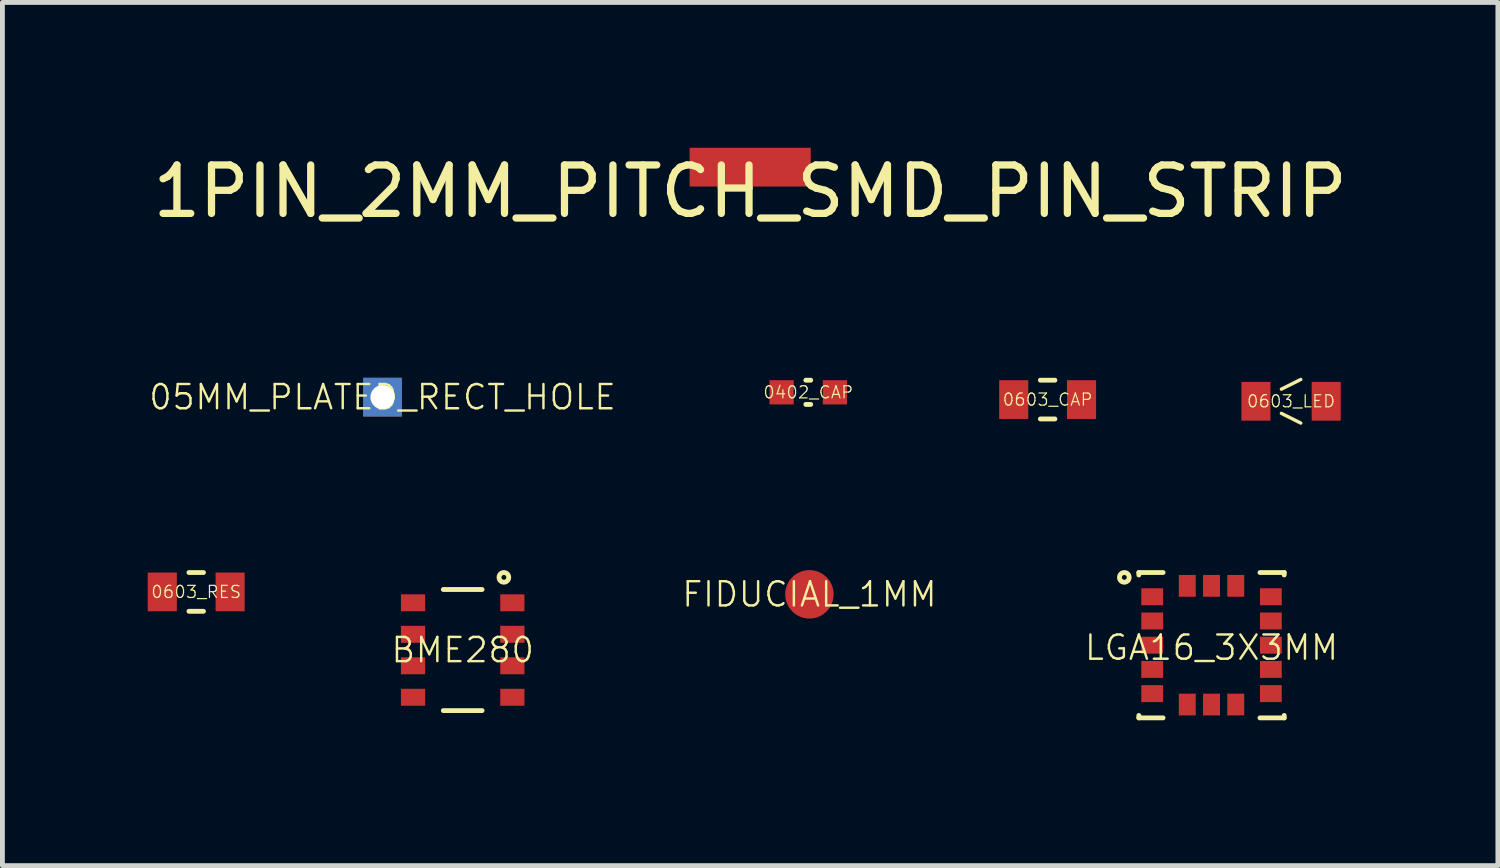
<source format=kicad_pcb>
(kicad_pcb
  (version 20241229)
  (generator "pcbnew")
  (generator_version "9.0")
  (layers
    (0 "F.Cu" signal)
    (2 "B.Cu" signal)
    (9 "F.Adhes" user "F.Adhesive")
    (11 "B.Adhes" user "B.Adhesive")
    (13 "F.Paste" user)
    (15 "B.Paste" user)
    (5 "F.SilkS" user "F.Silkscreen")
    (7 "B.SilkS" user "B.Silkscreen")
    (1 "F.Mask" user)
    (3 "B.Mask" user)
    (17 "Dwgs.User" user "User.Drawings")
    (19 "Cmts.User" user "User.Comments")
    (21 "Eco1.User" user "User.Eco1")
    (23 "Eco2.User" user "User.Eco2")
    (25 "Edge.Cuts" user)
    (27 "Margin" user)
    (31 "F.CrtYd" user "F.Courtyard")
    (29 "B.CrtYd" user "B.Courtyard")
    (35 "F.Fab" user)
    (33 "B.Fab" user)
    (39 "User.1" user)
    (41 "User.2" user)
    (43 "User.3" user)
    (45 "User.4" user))
  (footprint "LGA16_3X3MM"
    (layer "F.Cu")
    (at 21.958 10.268)
    (property "Reference" "LGA16_3X3MM" (at 0 0.05 0) (layer "F.SilkS") (effects (font (size 0.5 0.5) (thickness 0.05))))
    (attr smd)
    (fp_line (start -1.5 -1.5) (end -1.5 -1.45) (stroke (width 0.1) (type solid)) (layer "F.SilkS"))
    (fp_line (start -1.5 -1.5) (end -1 -1.5) (stroke (width 0.1) (type solid)) (layer "F.SilkS"))
    (fp_line (start -1.5 1.5) (end -1.5 1.45) (stroke (width 0.1) (type solid)) (layer "F.SilkS"))
    (fp_line (start -1.5 1.5) (end -1 1.5) (stroke (width 0.1) (type solid)) (layer "F.SilkS"))
    (fp_line (start 1.5 -1.5) (end 1 -1.5) (stroke (width 0.1) (type solid)) (layer "F.SilkS"))
    (fp_line (start 1.5 -1.5) (end 1.5 -1.45) (stroke (width 0.1) (type solid)) (layer "F.SilkS"))
    (fp_line (start 1.5 1.5) (end 1 1.5) (stroke (width 0.1) (type solid)) (layer "F.SilkS"))
    (fp_line (start 1.5 1.5) (end 1.5 1.45) (stroke (width 0.1) (type solid)) (layer "F.SilkS"))
    (fp_circle (center -1.8 -1.4) (end -1.8 -1.5) (stroke (width 0.1) (type solid)) (fill no) (layer "F.SilkS"))
    (pad "1" smd rect (at -1.225 -1) (size 0.45 0.35) (layers "F.Cu" "F.Mask" "F.Paste"))
    (pad "2" smd rect (at -1.225 -0.5) (size 0.45 0.35) (layers "F.Cu" "F.Mask" "F.Paste"))
    (pad "3" smd rect (at -1.225 0) (size 0.45 0.35) (layers "F.Cu" "F.Mask" "F.Paste"))
    (pad "4" smd rect (at -1.225 0.5) (size 0.45 0.35) (layers "F.Cu" "F.Mask" "F.Paste"))
    (pad "5" smd rect (at -1.225 1) (size 0.45 0.35) (layers "F.Cu" "F.Mask" "F.Paste"))
    (pad "6" smd rect (at -0.5 1.225 90) (size 0.45 0.35) (layers "F.Cu" "F.Mask" "F.Paste"))
    (pad "7" smd rect (at 0 1.225 90) (size 0.45 0.35) (layers "F.Cu" "F.Mask" "F.Paste"))
    (pad "8" smd rect (at 0.5 1.225 90) (size 0.45 0.35) (layers "F.Cu" "F.Mask" "F.Paste"))
    (pad "9" smd rect (at 1.225 1) (size 0.45 0.35) (layers "F.Cu" "F.Mask" "F.Paste"))
    (pad "10" smd rect (at 1.225 0.5) (size 0.45 0.35) (layers "F.Cu" "F.Mask" "F.Paste"))
    (pad "11" smd rect (at 1.225 0) (size 0.45 0.35) (layers "F.Cu" "F.Mask" "F.Paste"))
    (pad "12" smd rect (at 1.225 -0.5) (size 0.45 0.35) (layers "F.Cu" "F.Mask" "F.Paste"))
    (pad "13" smd rect (at 1.225 -1) (size 0.45 0.35) (layers "F.Cu" "F.Mask" "F.Paste"))
    (pad "14" smd rect (at 0.5 -1.225 90) (size 0.45 0.35) (layers "F.Cu" "F.Mask" "F.Paste"))
    (pad "15" smd rect (at 0 -1.225 90) (size 0.45 0.35) (layers "F.Cu" "F.Mask" "F.Paste"))
    (pad "16" smd rect (at -0.5 -1.225 90) (size 0.45 0.35) (layers "F.Cu" "F.Mask" "F.Paste")))
  (footprint "BME280"
    (layer "F.Cu")
    (at 6.501 10.368)
    (property "Reference" "BME280" (at 0 0 0) (layer "F.SilkS") (effects (font (size 0.5 0.5) (thickness 0.05))))
    (attr smd)
    (fp_line (start -0.4 -1.25) (end 0.4 -1.25) (stroke (width 0.1) (type solid)) (layer "F.SilkS"))
    (fp_line (start -0.4 1.25) (end 0.4 1.25) (stroke (width 0.1) (type solid)) (layer "F.SilkS"))
    (fp_circle (center 0.85 -1.5) (end 0.85 -1.6) (stroke (width 0.1) (type solid)) (fill no) (layer "F.SilkS"))
    (pad "1" smd rect (at 1.025 -0.975) (size 0.5 0.35) (layers "F.Cu" "F.Mask" "F.Paste"))
    (pad "2" smd rect (at 1.025 -0.325) (size 0.5 0.35) (layers "F.Cu" "F.Mask" "F.Paste"))
    (pad "3" smd rect (at 1.025 0.325) (size 0.5 0.35) (layers "F.Cu" "F.Mask" "F.Paste"))
    (pad "4" smd rect (at 1.025 0.975) (size 0.5 0.35) (layers "F.Cu" "F.Mask" "F.Paste"))
    (pad "5" smd rect (at -1.025 0.975) (size 0.5 0.35) (layers "F.Cu" "F.Mask" "F.Paste"))
    (pad "6" smd rect (at -1.025 0.325) (size 0.5 0.35) (layers "F.Cu" "F.Mask" "F.Paste"))
    (pad "7" smd rect (at -1.025 -0.325) (size 0.5 0.35) (layers "F.Cu" "F.Mask" "F.Paste"))
    (pad "8" smd rect (at -1.025 -0.975) (size 0.5 0.35) (layers "F.Cu" "F.Mask" "F.Paste")))
  (footprint "FIDUCIAL_1MM"
    (layer "F.Cu")
    (at 13.658 9.218)
    (property "Reference" "FIDUCIAL_1MM" (at 0 0 0) (layer "F.SilkS") (effects (font (size 0.5 0.5) (thickness 0.05))))
    (attr through_hole)
    (pad "1" smd circle (at 0 0) (size 1 1) (layers "F.Cu" "F.Mask")))
  (footprint "0603_RES"
    (layer "F.Cu")
    (at 1 9.168)
    (property "Reference" "0603_RES" (at 0 0 0) (layer "F.SilkS") (effects (font (size 0.25 0.25) (thickness 0.025))))
    (attr smd)
    (fp_line (start -0.15 -0.4) (end 0.15 -0.4) (stroke (width 0.1) (type solid)) (layer "F.SilkS"))
    (fp_line (start -0.15 0.4) (end 0.15 0.4) (stroke (width 0.1) (type solid)) (layer "F.SilkS"))
    (pad "1" smd rect (at -0.7 0) (size 0.6 0.8) (layers "F.Cu" "F.Mask" "F.Paste"))
    (pad "2" smd rect (at 0.7 0) (size 0.6 0.8) (layers "F.Cu" "F.Mask" "F.Paste")))
  (footprint "0603_LED"
    (layer "F.Cu")
    (at 23.6 5.233)
    (property "Reference" "0603_LED" (at 0 0 0) (layer "F.SilkS") (effects (font (size 0.25 0.25) (thickness 0.025))))
    (attr smd)
    (fp_line (start -0.2 -0.25) (end 0.2 -0.45) (stroke (width 0.07) (type solid)) (layer "F.SilkS"))
    (fp_line (start -0.2 0.25) (end 0.2 0.45) (stroke (width 0.07) (type solid)) (layer "F.SilkS"))
    (pad "1" smd rect (at -0.725 0) (size 0.6 0.8) (layers "F.Cu" "F.Mask" "F.Paste"))
    (pad "2" smd rect (at 0.725 0) (size 0.6 0.8) (layers "F.Cu" "F.Mask" "F.Paste")))
  (footprint "0402_CAP"
    (layer "F.Cu")
    (at 13.634 5.048)
    (property "Reference" "0402_CAP" (at 0 0 0) (layer "F.SilkS") (effects (font (size 0.25 0.25) (thickness 0.025))))
    (attr smd)
    (fp_line (start -0.05 -0.25) (end 0.05 -0.25) (stroke (width 0.1) (type solid)) (layer "F.SilkS"))
    (fp_line (start -0.05 0.25) (end 0.05 0.25) (stroke (width 0.1) (type solid)) (layer "F.SilkS"))
    (pad "1" smd rect (at -0.55 0) (size 0.5 0.5) (layers "F.Cu" "F.Mask" "F.Paste"))
    (pad "2" smd rect (at 0.55 0) (size 0.5 0.5) (layers "F.Cu" "F.Mask" "F.Paste")))
  (footprint "1PIN_2MM_PITCH_SMD_PIN_STRIP"
    (layer "F.Cu")
    (at 12.435 0.4)
    (property "Reference" "1PIN_2MM_PITCH_SMD_PIN_STRIP" (at 0 0.5 0) (layer "F.SilkS") (effects (font (size 1 1) (thickness 0.15))))
    (attr through_hole)
    (pad "1" smd rect (at 0 0) (size 2.5 0.8) (layers "F.Cu" "F.Mask")))
  (footprint "0603_CAP"
    (layer "F.Cu")
    (at 18.575 5.198)
    (property "Reference" "0603_CAP" (at 0 0 0) (layer "F.SilkS") (effects (font (size 0.25 0.25) (thickness 0.025))))
    (attr smd)
    (fp_line (start -0.15 -0.4) (end 0.15 -0.4) (stroke (width 0.1) (type solid)) (layer "F.SilkS"))
    (fp_line (start -0.15 0.4) (end 0.15 0.4) (stroke (width 0.1) (type solid)) (layer "F.SilkS"))
    (pad "1" smd rect (at -0.7 0) (size 0.6 0.8) (layers "F.Cu" "F.Mask" "F.Paste"))
    (pad "2" smd rect (at 0.7 0) (size 0.6 0.8) (layers "F.Cu" "F.Mask" "F.Paste")))
  (footprint "05MM_PLATED_RECT_HOLE"
    (layer "F.Cu")
    (at 4.846 5.148)
    (property "Reference" "05MM_PLATED_RECT_HOLE" (at 0 0 0) (layer "F.SilkS") (effects (font (size 0.5 0.5) (thickness 0.05))))
    (attr through_hole)
    (pad "1" thru_hole rect (at 0 0) (size 0.8 0.8) (drill 0.5) (layers "*.Cu" "*.Mask")))
  (gr_rect
    (start -3 -3)
    (end 27.869 14.818)
    (stroke (width 0.1) (type default))
    (fill no)
    (layer "Edge.Cuts")))
</source>
